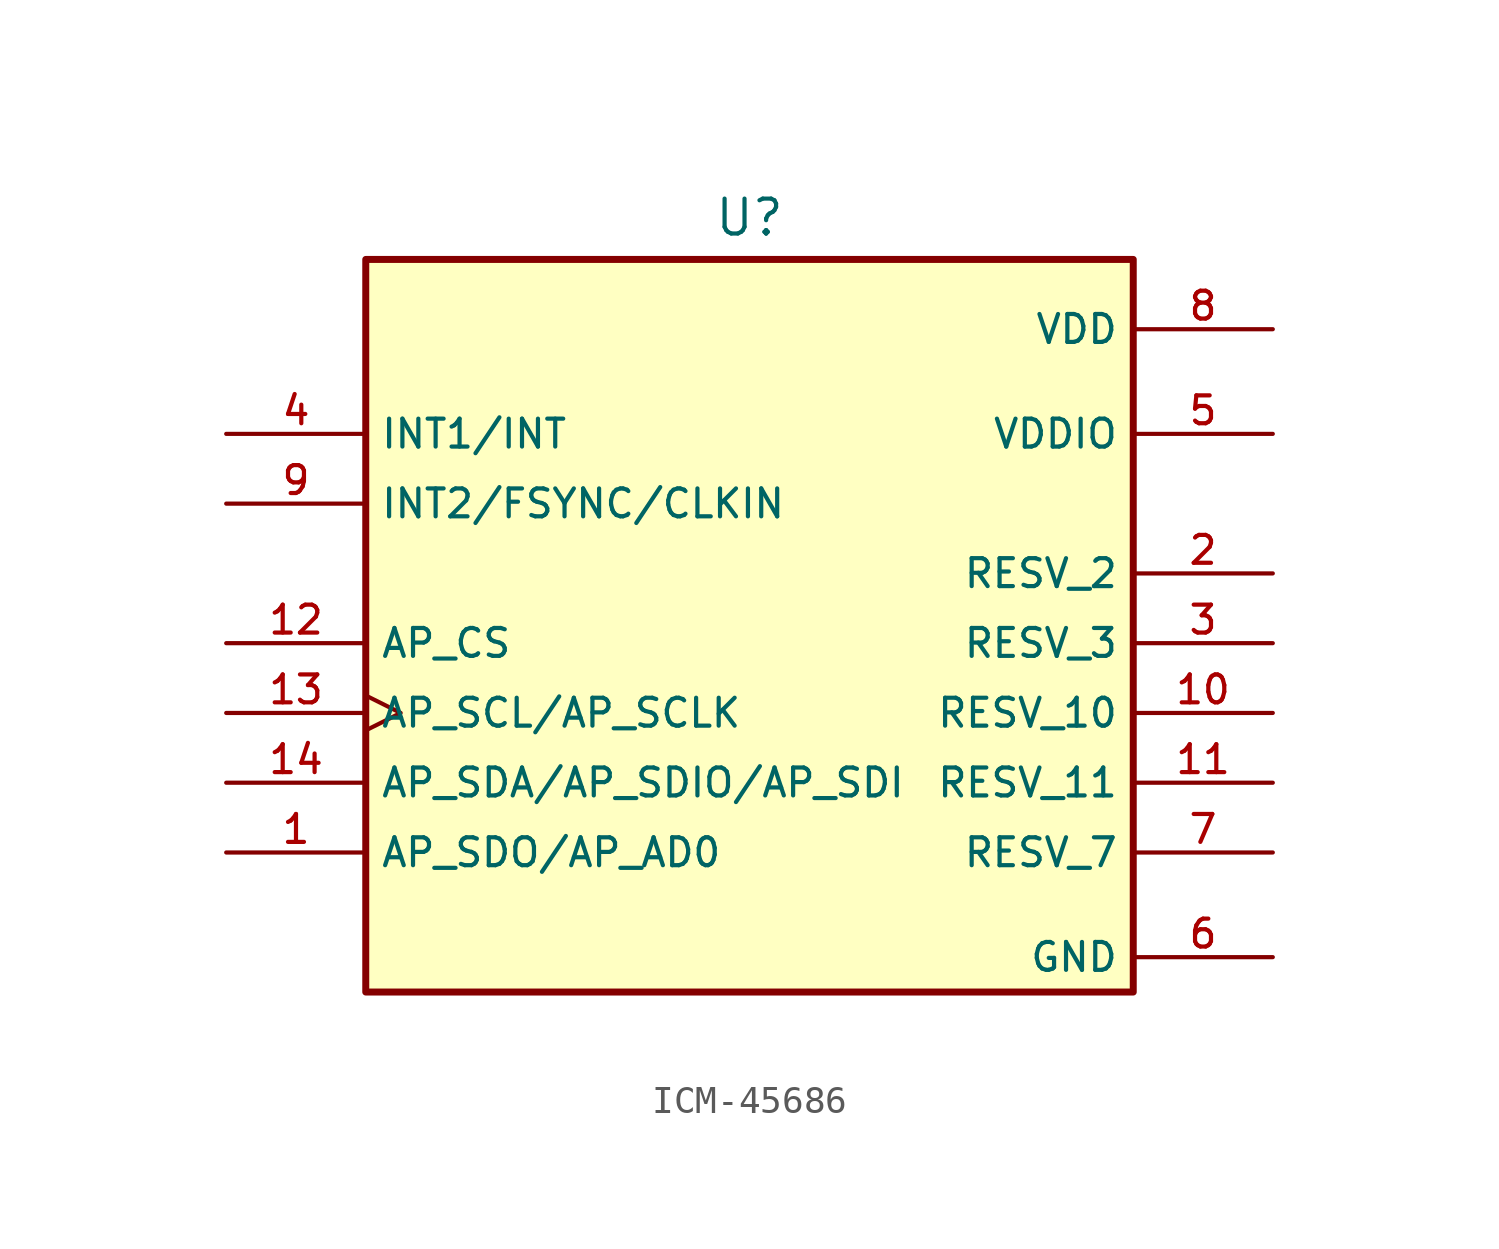
<source format=kicad_sym>
(kicad_symbol_lib
  (version 20241209)
  (generator "kicad_symbol_editor")
  (generator_version "9.0")
  (symbol "ICM-45686"
    (property "Reference" "U"
      (at 0 14.224 0)
      (effects (font (size 1.27 1.27))))
    (property "Value" ""
      (at 0 0 0)
      (effects (font (size 1.27 1.27))))
    (symbol "ICM-45686_0_0"
      (rectangle (start -13.97 12.7) (end 13.97 -13.97) (stroke (width 0.254) (type default)) (fill (type background)))
      (pin output line (at -19.05 6.35 0) (length 5.08) (name "INT1/INT" (effects (font (size 1.016 1.016)))) (number "4" (effects (font (size 1.016 1.016)))))
      (pin bidirectional line (at -19.05 3.81 0) (length 5.08) (name "INT2/FSYNC/CLKIN" (effects (font (size 1.016 1.016)))) (number "9" (effects (font (size 1.016 1.016)))))
      (pin input line (at -19.05 -1.27 0) (length 5.08) (name "AP_CS" (effects (font (size 1.016 1.016)))) (number "12" (effects (font (size 1.016 1.016)))))
      (pin input clock (at -19.05 -3.81 0) (length 5.08) (name "AP_SCL/AP_SCLK" (effects (font (size 1.016 1.016)))) (number "13" (effects (font (size 1.016 1.016)))))
      (pin bidirectional line (at -19.05 -6.35 0) (length 5.08) (name "AP_SDA/AP_SDIO/AP_SDI" (effects (font (size 1.016 1.016)))) (number "14" (effects (font (size 1.016 1.016)))))
      (pin bidirectional line (at -19.05 -8.89 0) (length 5.08) (name "AP_SDO/AP_AD0" (effects (font (size 1.016 1.016)))) (number "1" (effects (font (size 1.016 1.016)))))
      (pin power_in line (at 19.05 10.16 180) (length 5.08) (name "VDD" (effects (font (size 1.016 1.016)))) (number "8" (effects (font (size 1.016 1.016)))))
      (pin power_in line (at 19.05 6.35 180) (length 5.08) (name "VDDIO" (effects (font (size 1.016 1.016)))) (number "5" (effects (font (size 1.016 1.016)))))
      (pin passive line (at 19.05 1.27 180) (length 5.08) (name "RESV_2" (effects (font (size 1.016 1.016)))) (number "2" (effects (font (size 1.016 1.016)))))
      (pin passive line (at 19.05 -1.27 180) (length 5.08) (name "RESV_3" (effects (font (size 1.016 1.016)))) (number "3" (effects (font (size 1.016 1.016)))))
      (pin passive line (at 19.05 -3.81 180) (length 5.08) (name "RESV_10" (effects (font (size 1.016 1.016)))) (number "10" (effects (font (size 1.016 1.016)))))
      (pin passive line (at 19.05 -6.35 180) (length 5.08) (name "RESV_11" (effects (font (size 1.016 1.016)))) (number "11" (effects (font (size 1.016 1.016)))))
      (pin passive line (at 19.05 -8.89 180) (length 5.08) (name "RESV_7" (effects (font (size 1.016 1.016)))) (number "7" (effects (font (size 1.016 1.016)))))
      (pin power_in line (at 19.05 -12.7 180) (length 5.08) (name "GND" (effects (font (size 1.016 1.016)))) (number "6" (effects (font (size 1.016 1.016))))))))
</source>
